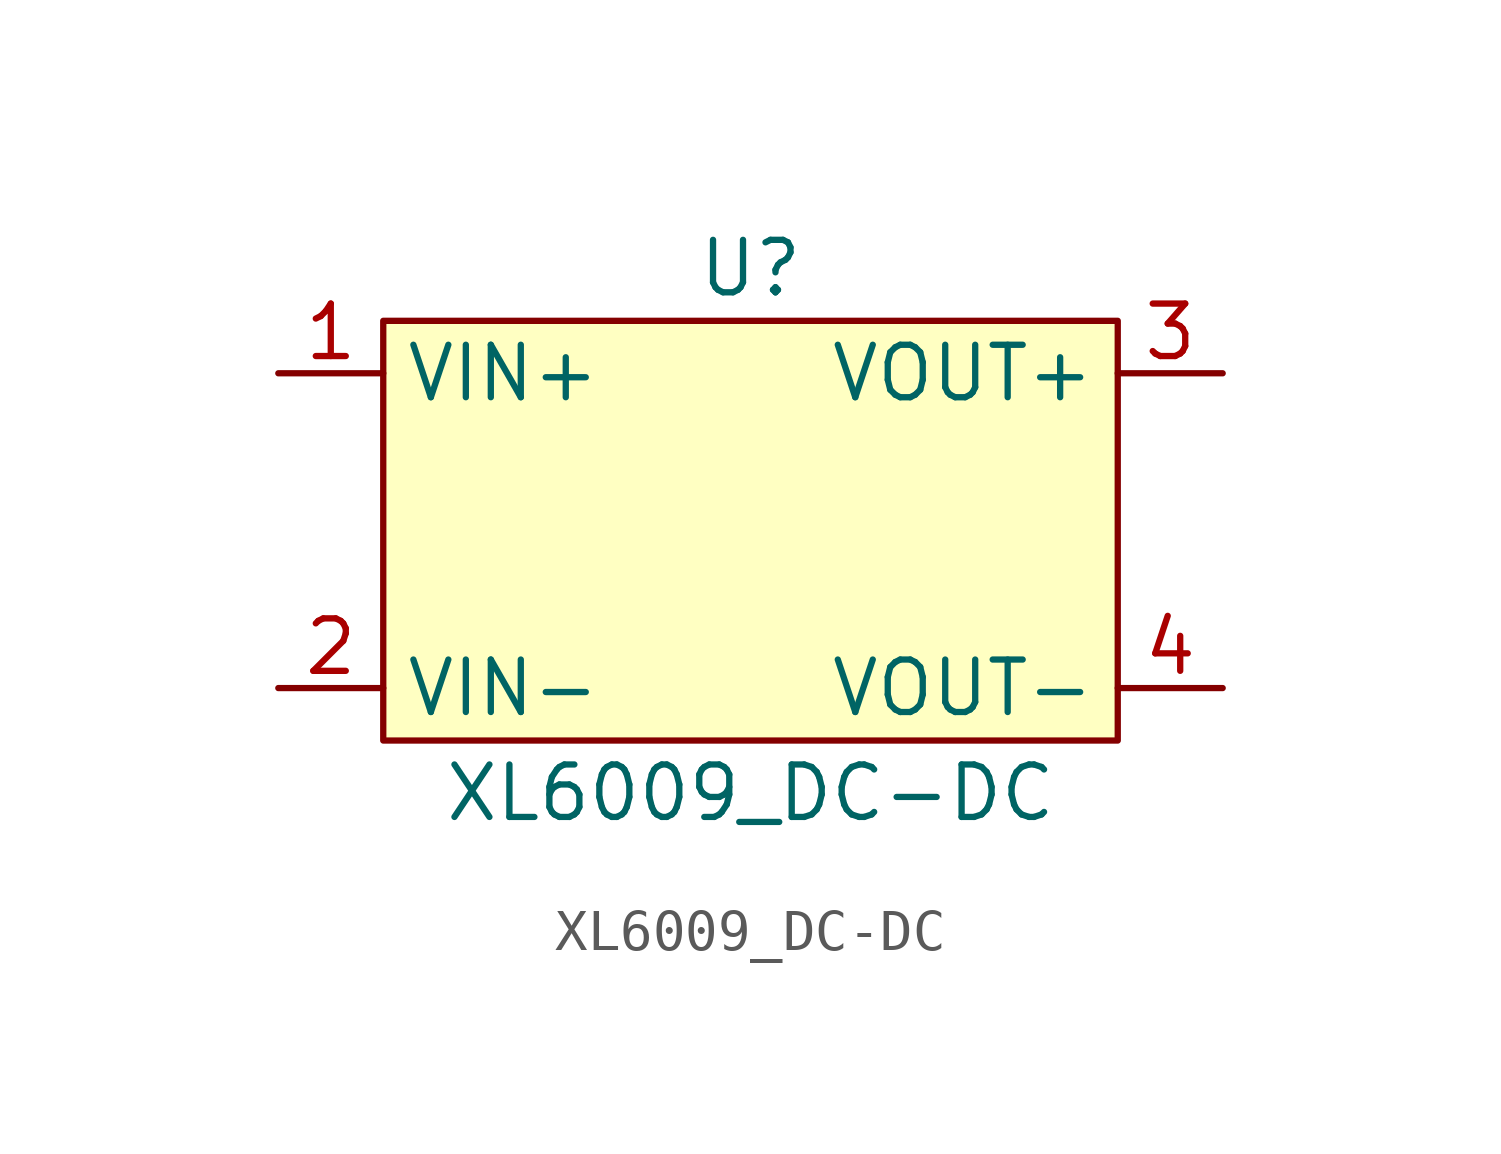
<source format=kicad_sym>
(kicad_symbol_lib
  (version 20211014)
  (generator kicad_symbol_editor)
  (symbol "XL6009_DC-DC"
    (property "Reference" "U"
      (at 5.08 0 0)
      (effects (font (size 1.27 1.27))))
    (property "Value" "XL6009_DC-DC"
      (at 5.08 -12.7 0)
      (effects (font (size 1.27 1.27))))
    (symbol "XL6009_DC-DC_0_1"
      (rectangle (start -3.81 -1.27) (end 13.97 -11.43) (stroke (width 0) (type default) (color 0 0 0 0)) (fill (type background))))
    (symbol "XL6009_DC-DC_1_1"
      (pin power_in line (at -6.35 -2.54 0) (length 2.54) (name "VIN+" (effects (font (size 1.27 1.27)))) (number "1" (effects (font (size 1.27 1.27)))))
      (pin power_in line (at -6.35 -10.16 0) (length 2.54) (name "VIN-" (effects (font (size 1.27 1.27)))) (number "2" (effects (font (size 1.27 1.27)))))
      (pin power_out line (at 16.51 -2.54 180) (length 2.54) (name "VOUT+" (effects (font (size 1.27 1.27)))) (number "3" (effects (font (size 1.27 1.27)))))
      (pin power_out line (at 16.51 -10.16 180) (length 2.54) (name "VOUT-" (effects (font (size 1.27 1.27)))) (number "4" (effects (font (size 1.27 1.27))))))))
</source>
